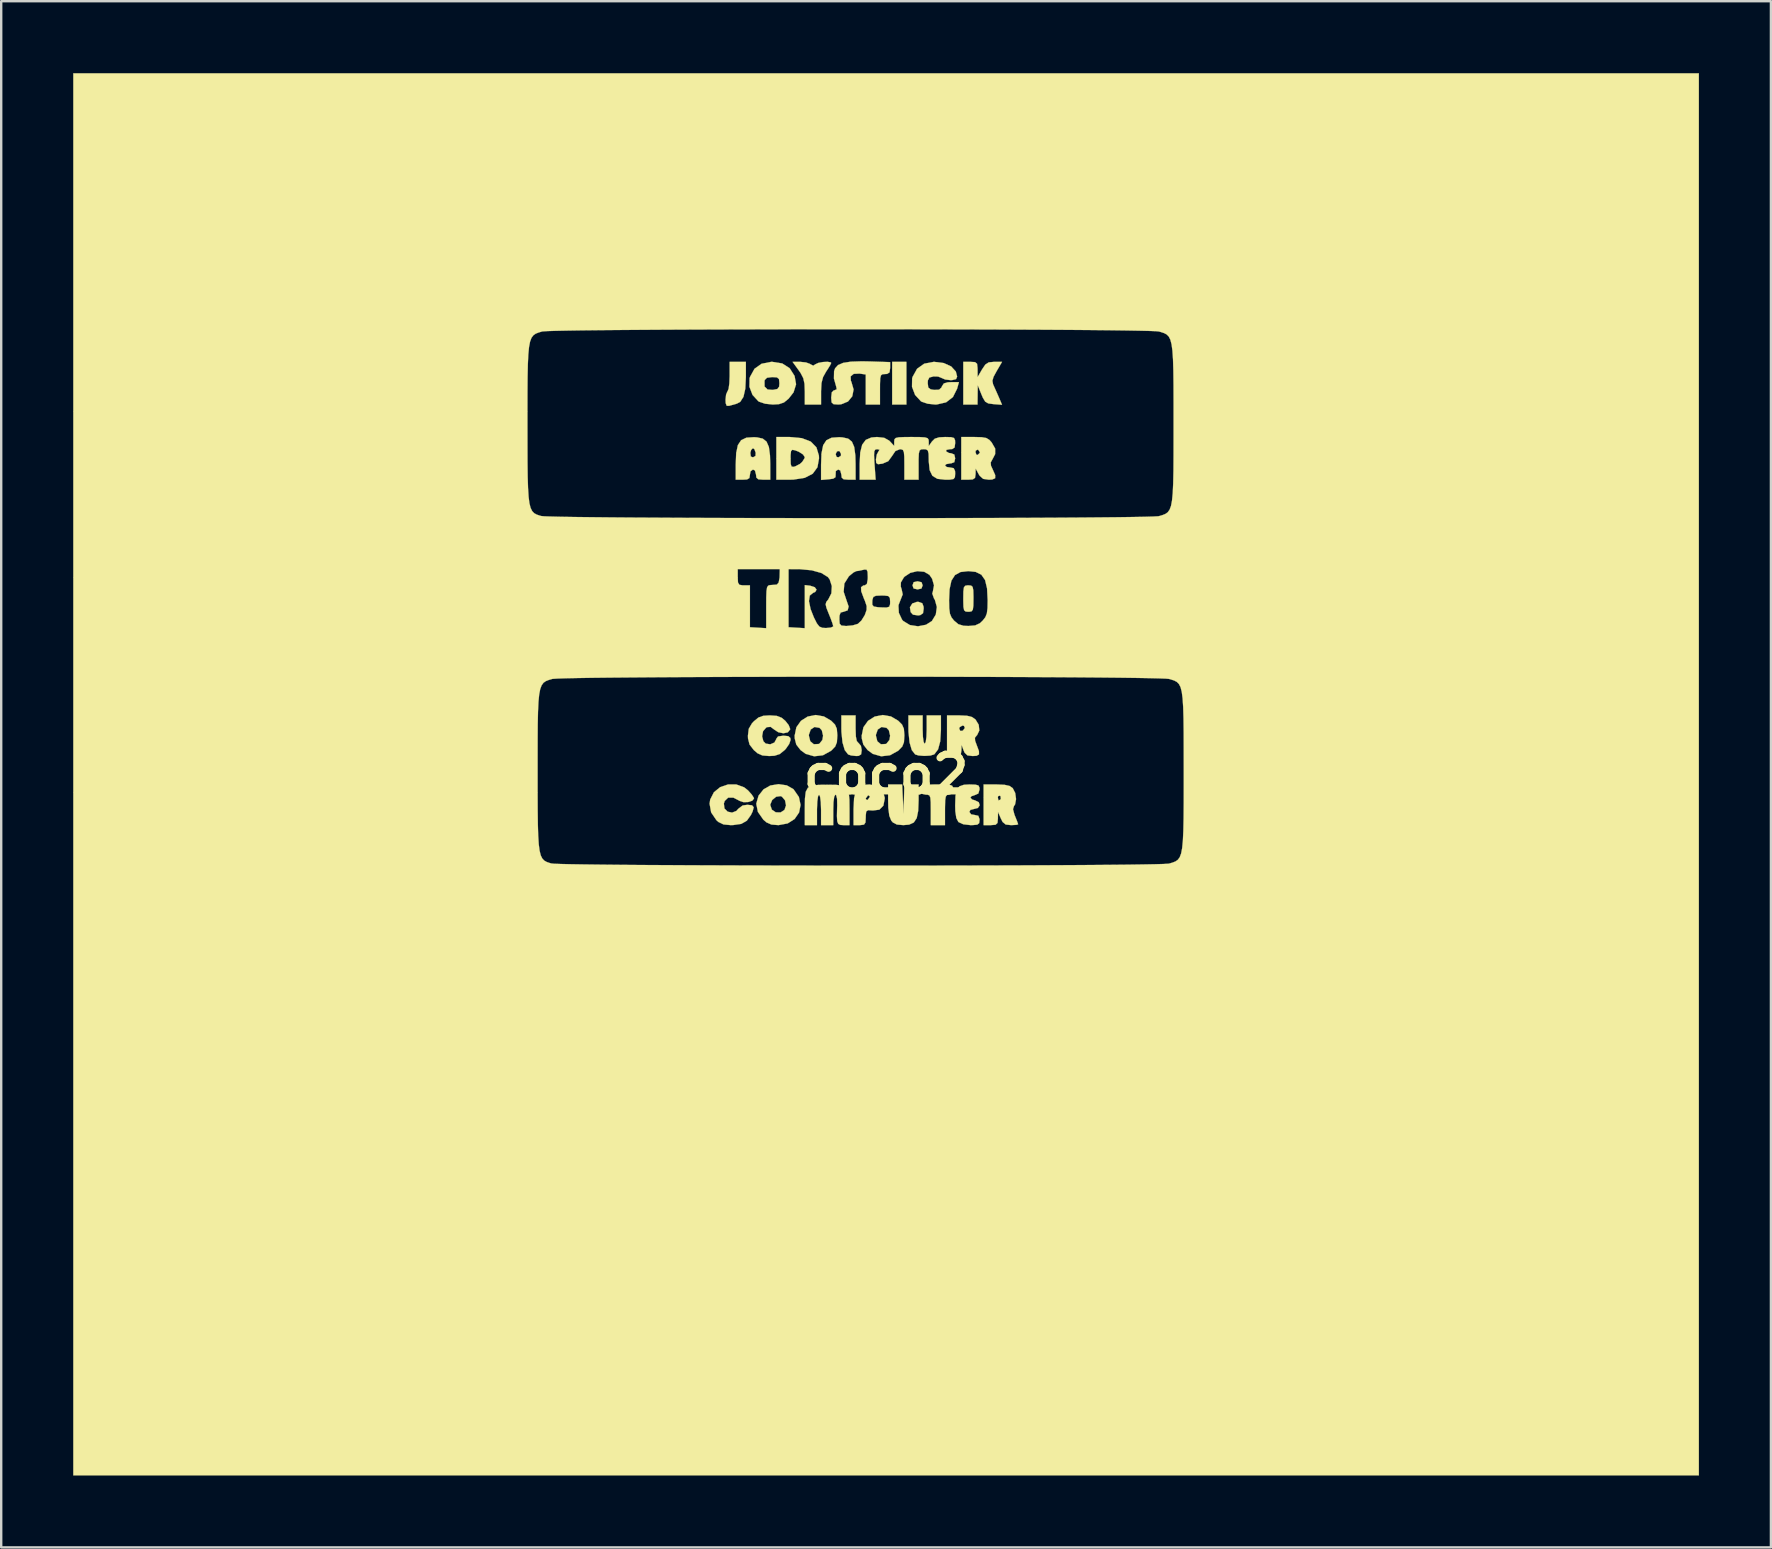
<source format=kicad_pcb>
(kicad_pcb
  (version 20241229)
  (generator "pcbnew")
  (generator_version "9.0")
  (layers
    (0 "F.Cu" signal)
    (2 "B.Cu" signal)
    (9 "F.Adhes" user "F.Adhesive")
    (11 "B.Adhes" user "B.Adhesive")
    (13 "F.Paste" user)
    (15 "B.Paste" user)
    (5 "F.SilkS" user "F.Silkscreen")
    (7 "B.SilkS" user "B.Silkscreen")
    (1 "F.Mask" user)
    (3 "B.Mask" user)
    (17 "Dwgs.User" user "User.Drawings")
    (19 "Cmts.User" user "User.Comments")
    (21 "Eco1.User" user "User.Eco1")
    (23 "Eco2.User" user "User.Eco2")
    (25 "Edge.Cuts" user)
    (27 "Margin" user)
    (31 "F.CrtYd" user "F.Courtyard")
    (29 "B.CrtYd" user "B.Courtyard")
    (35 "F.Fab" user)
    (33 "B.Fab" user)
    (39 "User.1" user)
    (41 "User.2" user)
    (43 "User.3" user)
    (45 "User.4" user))
  (footprint "coco2"
    (layer "F.Cu")
    (at 33.872 29.215)
    (property "Reference" "coco2" (at 0 0 0) (layer "F.SilkS") (effects (font (size 1.524 1.524) (thickness 0.3))))
    (attr through_hole)
    (fp_poly (pts (xy 0.847 -15.409) (xy 0.254 -15.409) (xy 0.254 -17.187) (xy 0.847 -17.187) (xy 0.847 -15.409)) (stroke (width 0.01) (type solid)) (fill yes) (layer "F.SilkS"))
    (fp_poly (pts (xy 1.478 -8.004) (xy 1.524 -7.874) (xy 1.474 -7.741) (xy 1.312 -7.705) (xy 1.146 -7.744) (xy 1.101 -7.874) (xy 1.15 -8.007) (xy 1.312 -8.043) (xy 1.478 -8.004)) (stroke (width 0.01) (type solid)) (fill yes) (layer "F.SilkS"))
    (fp_poly (pts (xy 1.359 -7.184) (xy 1.51 -7.127) (xy 1.563 -6.982) (xy 1.566 -6.9) (xy 1.54 -6.714) (xy 1.431 -6.636) (xy 1.339 -6.62) (xy 1.122 -6.652) (xy 1.025 -6.757) (xy 0.993 -6.958) (xy 1.092 -7.118) (xy 1.287 -7.187) (xy 1.359 -7.184)) (stroke (width 0.01) (type solid)) (fill yes) (layer "F.SilkS"))
    (fp_poly (pts (xy -1.27 -1.902) (xy -1.259 -1.575) (xy -1.22 -1.386) (xy -1.148 -1.303) (xy -1.143 -1.301) (xy -1.048 -1.186) (xy -1.016 -1.007) (xy -1.04 -0.831) (xy -1.144 -0.768) (xy -1.249 -0.763) (xy -1.459 -0.786) (xy -1.582 -0.829) (xy -1.722 -1.008) (xy -1.816 -1.329) (xy -1.86 -1.768) (xy -1.863 -1.911) (xy -1.863 -2.455) (xy -1.27 -2.455) (xy -1.27 -1.902)) (stroke (width 0.01) (type solid)) (fill yes) (layer "F.SilkS"))
    (fp_poly (pts (xy -5.842 -16.556) (xy -5.866 -16.068) (xy -5.943 -15.728) (xy -6.076 -15.522) (xy -6.215 -15.447) (xy -6.434 -15.384) (xy -6.54 -15.355) (xy -6.641 -15.357) (xy -6.683 -15.467) (xy -6.689 -15.61) (xy -6.667 -15.823) (xy -6.613 -15.953) (xy -6.604 -15.96) (xy -6.562 -16.065) (xy -6.531 -16.291) (xy -6.519 -16.59) (xy -6.519 -16.6) (xy -6.519 -17.187) (xy -5.842 -17.187) (xy -5.842 -16.556)) (stroke (width 0.01) (type solid)) (fill yes) (layer "F.SilkS"))
    (fp_poly (pts (xy 0.699 1.037) (xy 0.728 1.651) (xy 0.745 1.037) (xy 0.762 0.423) (xy 1.355 0.423) (xy 1.355 1.082) (xy 1.338 1.524) (xy 1.277 1.824) (xy 1.156 2.007) (xy 0.962 2.096) (xy 0.72 2.117) (xy 0.45 2.093) (xy 0.283 2.006) (xy 0.216 1.928) (xy 0.135 1.728) (xy 0.093 1.4) (xy 0.085 1.082) (xy 0.085 0.423) (xy 0.67 0.423) (xy 0.699 1.037)) (stroke (width 0.01) (type solid)) (fill yes) (layer "F.SilkS"))
    (fp_poly (pts (xy 3.543 -7.864) (xy 3.606 -7.81) (xy 3.634 -7.672) (xy 3.641 -7.414) (xy 3.641 -7.324) (xy 3.637 -7.028) (xy 3.616 -6.863) (xy 3.563 -6.791) (xy 3.464 -6.774) (xy 3.429 -6.773) (xy 3.315 -6.783) (xy 3.252 -6.837) (xy 3.224 -6.975) (xy 3.217 -7.234) (xy 3.217 -7.324) (xy 3.221 -7.62) (xy 3.242 -7.784) (xy 3.295 -7.856) (xy 3.394 -7.874) (xy 3.429 -7.874) (xy 3.543 -7.864)) (stroke (width 0.01) (type solid)) (fill yes) (layer "F.SilkS"))
    (fp_poly (pts (xy -2.307 -17.167) (xy -2.286 -17.141) (xy -2.329 -17.048) (xy -2.439 -16.87) (xy -2.498 -16.782) (xy -2.626 -16.552) (xy -2.691 -16.304) (xy -2.709 -15.966) (xy -2.709 -15.94) (xy -2.709 -15.409) (xy -3.387 -15.409) (xy -3.387 -15.947) (xy -3.399 -16.274) (xy -3.45 -16.507) (xy -3.56 -16.719) (xy -3.641 -16.836) (xy -3.896 -17.187) (xy -3.573 -17.187) (xy -3.336 -17.162) (xy -3.167 -17.1) (xy -3.15 -17.086) (xy -3.034 -17.028) (xy -2.946 -17.086) (xy -2.824 -17.143) (xy -2.632 -17.18) (xy -2.438 -17.189) (xy -2.307 -17.167)) (stroke (width 0.01) (type solid)) (fill yes) (layer "F.SilkS"))
    (fp_poly (pts (xy 1.524 -1.863) (xy 1.535 -1.559) (xy 1.565 -1.349) (xy 1.609 -1.27) (xy 1.609 -1.27) (xy 1.652 -1.348) (xy 1.682 -1.558) (xy 1.693 -1.862) (xy 1.693 -1.863) (xy 1.693 -2.455) (xy 2.286 -2.455) (xy 2.286 -1.857) (xy 2.257 -1.375) (xy 2.167 -1.039) (xy 2.014 -0.838) (xy 1.998 -0.827) (xy 1.835 -0.78) (xy 1.591 -0.767) (xy 1.351 -0.786) (xy 1.212 -0.829) (xy 1.072 -1.008) (xy 0.978 -1.329) (xy 0.934 -1.768) (xy 0.931 -1.911) (xy 0.931 -2.455) (xy 1.524 -2.455) (xy 1.524 -1.863)) (stroke (width 0.01) (type solid)) (fill yes) (layer "F.SilkS"))
    (fp_poly (pts (xy 2.453 0.426) (xy 2.654 0.44) (xy 2.755 0.476) (xy 2.79 0.546) (xy 2.794 0.635) (xy 2.754 0.801) (xy 2.625 0.847) (xy 2.538 0.862) (xy 2.487 0.93) (xy 2.463 1.087) (xy 2.456 1.367) (xy 2.455 1.482) (xy 2.455 2.117) (xy 1.863 2.117) (xy 1.863 1.482) (xy 1.86 1.159) (xy 1.844 0.969) (xy 1.803 0.878) (xy 1.725 0.849) (xy 1.651 0.847) (xy 1.49 0.812) (xy 1.44 0.674) (xy 1.439 0.635) (xy 1.447 0.53) (xy 1.491 0.467) (xy 1.608 0.436) (xy 1.831 0.425) (xy 2.117 0.423) (xy 2.453 0.426)) (stroke (width 0.01) (type solid)) (fill yes) (layer "F.SilkS"))
    (fp_poly (pts (xy 3.708 -17.176) (xy 3.791 -17.107) (xy 3.811 -16.931) (xy 3.812 -16.87) (xy 3.814 -16.552) (xy 3.998 -16.87) (xy 4.136 -17.074) (xy 4.278 -17.166) (xy 4.493 -17.187) (xy 4.508 -17.187) (xy 4.833 -17.187) (xy 4.607 -16.801) (xy 4.477 -16.561) (xy 4.431 -16.399) (xy 4.457 -16.256) (xy 4.487 -16.187) (xy 4.597 -15.943) (xy 4.713 -15.679) (xy 4.832 -15.399) (xy 4.48 -15.425) (xy 4.261 -15.454) (xy 4.131 -15.529) (xy 4.032 -15.694) (xy 3.973 -15.833) (xy 3.819 -16.214) (xy 3.815 -15.812) (xy 3.81 -15.409) (xy 3.217 -15.409) (xy 3.217 -17.187) (xy 3.514 -17.187) (xy 3.708 -17.176)) (stroke (width 0.01) (type solid)) (fill yes) (layer "F.SilkS"))
    (fp_poly (pts (xy -3.508 -14.007) (xy -3.138 -13.865) (xy -2.902 -13.624) (xy -2.799 -13.283) (xy -2.794 -13.166) (xy -2.859 -12.796) (xy -3.056 -12.526) (xy -3.387 -12.355) (xy -3.856 -12.281) (xy -4.017 -12.277) (xy -4.572 -12.277) (xy -4.572 -13.166) (xy -3.979 -13.166) (xy -3.973 -12.929) (xy -3.939 -12.824) (xy -3.856 -12.812) (xy -3.789 -12.83) (xy -3.589 -12.933) (xy -3.493 -13.021) (xy -3.405 -13.158) (xy -3.387 -13.214) (xy -3.46 -13.327) (xy -3.644 -13.444) (xy -3.789 -13.5) (xy -3.905 -13.522) (xy -3.96 -13.469) (xy -3.978 -13.304) (xy -3.979 -13.166) (xy -4.572 -13.166) (xy -4.572 -14.055) (xy -4.017 -14.055) (xy -3.508 -14.007)) (stroke (width 0.01) (type solid)) (fill yes) (layer "F.SilkS"))
    (fp_poly (pts (xy -4.139 0.46) (xy -3.863 0.617) (xy -3.852 0.628) (xy -3.633 0.944) (xy -3.563 1.277) (xy -3.626 1.593) (xy -3.81 1.861) (xy -4.099 2.046) (xy -4.481 2.117) (xy -4.488 2.117) (xy -4.779 2.093) (xy -4.985 2.002) (xy -5.113 1.892) (xy -5.342 1.565) (xy -5.398 1.281) (xy -4.826 1.281) (xy -4.758 1.475) (xy -4.594 1.584) (xy -4.394 1.588) (xy -4.234 1.483) (xy -4.169 1.294) (xy -4.21 1.086) (xy -4.337 0.934) (xy -4.397 0.908) (xy -4.582 0.935) (xy -4.746 1.071) (xy -4.825 1.26) (xy -4.826 1.281) (xy -5.398 1.281) (xy -5.409 1.224) (xy -5.314 0.889) (xy -5.107 0.628) (xy -4.824 0.466) (xy -4.48 0.41) (xy -4.139 0.46)) (stroke (width 0.01) (type solid)) (fill yes) (layer "F.SilkS"))
    (fp_poly (pts (xy -0.366 0.489) (xy -0.149 0.675) (xy -0.058 0.963) (xy -0.056 1.013) (xy -0.113 1.306) (xy -0.279 1.473) (xy -0.551 1.508) (xy -0.567 1.506) (xy -0.749 1.495) (xy -0.828 1.55) (xy -0.846 1.717) (xy -0.847 1.795) (xy -0.858 2.005) (xy -0.919 2.096) (xy -1.067 2.116) (xy -1.101 2.117) (xy -1.355 2.117) (xy -1.355 1.439) (xy -1.335 1.026) (xy -0.847 1.026) (xy -0.795 1.072) (xy -0.762 1.058) (xy -0.68 0.946) (xy -0.677 0.921) (xy -0.729 0.875) (xy -0.762 0.889) (xy -0.844 1.001) (xy -0.847 1.026) (xy -1.335 1.026) (xy -1.334 0.999) (xy -1.261 0.701) (xy -1.121 0.522) (xy -0.899 0.438) (xy -0.69 0.423) (xy -0.366 0.489)) (stroke (width 0.01) (type solid)) (fill yes) (layer "F.SilkS"))
    (fp_poly (pts (xy -4.328 -17.121) (xy -4.017 -16.922) (xy -3.812 -16.599) (xy -3.75 -16.252) (xy -3.855 -15.916) (xy -4.062 -15.652) (xy -4.254 -15.495) (xy -4.463 -15.424) (xy -4.716 -15.409) (xy -5.04 -15.442) (xy -5.292 -15.527) (xy -5.324 -15.547) (xy -5.565 -15.809) (xy -5.694 -16.147) (xy -5.689 -16.399) (xy -5.065 -16.399) (xy -5.063 -16.159) (xy -4.938 -16.035) (xy -4.721 -16.018) (xy -4.53 -16.056) (xy -4.456 -16.154) (xy -4.445 -16.298) (xy -4.462 -16.469) (xy -4.546 -16.539) (xy -4.74 -16.552) (xy -4.961 -16.525) (xy -5.057 -16.43) (xy -5.065 -16.399) (xy -5.689 -16.399) (xy -5.688 -16.498) (xy -5.671 -16.558) (xy -5.483 -16.899) (xy -5.188 -17.108) (xy -4.786 -17.187) (xy -4.741 -17.187) (xy -4.328 -17.121)) (stroke (width 0.01) (type solid)) (fill yes) (layer "F.SilkS"))
    (fp_poly (pts (xy -2.593 -2.412) (xy -2.292 -2.236) (xy -2.128 -2.072) (xy -2.052 -1.897) (xy -2.032 -1.636) (xy -2.032 -1.609) (xy -2.049 -1.337) (xy -2.119 -1.158) (xy -2.275 -0.996) (xy -2.292 -0.981) (xy -2.63 -0.794) (xy -2.996 -0.751) (xy -3.347 -0.851) (xy -3.563 -1.009) (xy -3.741 -1.238) (xy -3.806 -1.494) (xy -3.81 -1.609) (xy -3.217 -1.609) (xy -3.159 -1.378) (xy -3.01 -1.253) (xy -2.809 -1.264) (xy -2.775 -1.28) (xy -2.655 -1.432) (xy -2.625 -1.609) (xy -2.678 -1.835) (xy -2.775 -1.937) (xy -2.98 -1.972) (xy -3.14 -1.867) (xy -3.216 -1.651) (xy -3.217 -1.609) (xy -3.81 -1.609) (xy -3.738 -1.96) (xy -3.545 -2.23) (xy -3.267 -2.406) (xy -2.937 -2.471) (xy -2.593 -2.412)) (stroke (width 0.01) (type solid)) (fill yes) (layer "F.SilkS"))
    (fp_poly (pts (xy -1.814 -14.039) (xy -1.582 -13.988) (xy -1.424 -13.862) (xy -1.327 -13.638) (xy -1.281 -13.29) (xy -1.271 -12.933) (xy -1.27 -12.277) (xy -1.566 -12.277) (xy -1.767 -12.292) (xy -1.849 -12.364) (xy -1.863 -12.488) (xy -1.908 -12.66) (xy -1.995 -12.7) (xy -2.095 -12.636) (xy -2.101 -12.509) (xy -2.107 -12.382) (xy -2.2 -12.319) (xy -2.392 -12.293) (xy -2.709 -12.266) (xy -2.709 -12.903) (xy -2.692 -13.339) (xy -2.102 -13.339) (xy -2.061 -13.227) (xy -1.99 -13.208) (xy -1.883 -13.269) (xy -1.879 -13.356) (xy -1.949 -13.475) (xy -2.046 -13.455) (xy -2.102 -13.339) (xy -2.692 -13.339) (xy -2.69 -13.381) (xy -2.621 -13.714) (xy -2.485 -13.922) (xy -2.268 -14.026) (xy -1.951 -14.048) (xy -1.814 -14.039)) (stroke (width 0.01) (type solid)) (fill yes) (layer "F.SilkS"))
    (fp_poly (pts (xy 0.201 -2.412) (xy 0.502 -2.236) (xy 0.666 -2.072) (xy 0.742 -1.897) (xy 0.762 -1.636) (xy 0.762 -1.609) (xy 0.745 -1.337) (xy 0.675 -1.158) (xy 0.519 -0.996) (xy 0.502 -0.981) (xy 0.164 -0.794) (xy -0.202 -0.751) (xy -0.553 -0.851) (xy -0.769 -1.009) (xy -0.947 -1.238) (xy -1.012 -1.494) (xy -1.016 -1.609) (xy -0.423 -1.609) (xy -0.365 -1.378) (xy -0.216 -1.253) (xy -0.015 -1.264) (xy 0.019 -1.28) (xy 0.139 -1.432) (xy 0.169 -1.609) (xy 0.116 -1.835) (xy 0.019 -1.937) (xy -0.186 -1.972) (xy -0.346 -1.867) (xy -0.422 -1.651) (xy -0.423 -1.609) (xy -1.016 -1.609) (xy -0.944 -1.96) (xy -0.751 -2.23) (xy -0.473 -2.406) (xy -0.143 -2.471) (xy 0.201 -2.412)) (stroke (width 0.01) (type solid)) (fill yes) (layer "F.SilkS"))
    (fp_poly (pts (xy 3.373 -2.44) (xy 3.583 -2.386) (xy 3.725 -2.286) (xy 3.861 -2.064) (xy 3.885 -1.824) (xy 3.791 -1.629) (xy 3.774 -1.614) (xy 3.702 -1.524) (xy 3.71 -1.398) (xy 3.774 -1.225) (xy 3.869 -0.969) (xy 3.872 -0.83) (xy 3.772 -0.772) (xy 3.605 -0.762) (xy 3.391 -0.788) (xy 3.275 -0.896) (xy 3.231 -0.995) (xy 3.146 -1.228) (xy 3.139 -0.995) (xy 3.115 -0.838) (xy 3.02 -0.773) (xy 2.836 -0.762) (xy 2.54 -0.762) (xy 2.54 -1.898) (xy 3.048 -1.898) (xy 3.097 -1.805) (xy 3.199 -1.82) (xy 3.283 -1.931) (xy 3.246 -2.018) (xy 3.182 -2.032) (xy 3.065 -1.964) (xy 3.048 -1.898) (xy 2.54 -1.898) (xy 2.54 -2.455) (xy 3.048 -2.455) (xy 3.373 -2.44)) (stroke (width 0.01) (type solid)) (fill yes) (layer "F.SilkS"))
    (fp_poly (pts (xy -5.37 -14.039) (xy -5.138 -13.988) (xy -4.98 -13.862) (xy -4.883 -13.638) (xy -4.837 -13.29) (xy -4.827 -12.933) (xy -4.826 -12.277) (xy -5.122 -12.277) (xy -5.323 -12.292) (xy -5.405 -12.364) (xy -5.419 -12.488) (xy -5.463 -12.659) (xy -5.546 -12.7) (xy -5.648 -12.626) (xy -5.673 -12.488) (xy -5.695 -12.345) (xy -5.794 -12.287) (xy -5.969 -12.277) (xy -6.265 -12.277) (xy -6.265 -12.908) (xy -6.246 -13.385) (xy -6.243 -13.399) (xy -5.657 -13.399) (xy -5.637 -13.243) (xy -5.546 -13.208) (xy -5.441 -13.266) (xy -5.434 -13.399) (xy -5.487 -13.547) (xy -5.546 -13.589) (xy -5.622 -13.517) (xy -5.657 -13.399) (xy -6.243 -13.399) (xy -6.176 -13.717) (xy -6.039 -13.924) (xy -5.82 -14.027) (xy -5.501 -14.048) (xy -5.37 -14.039)) (stroke (width 0.01) (type solid)) (fill yes) (layer "F.SilkS"))
    (fp_poly (pts (xy 3.725 0.431) (xy 3.849 0.466) (xy 3.891 0.552) (xy 3.895 0.629) (xy 3.845 0.801) (xy 3.704 0.862) (xy 3.555 0.915) (xy 3.514 0.974) (xy 3.586 1.05) (xy 3.704 1.085) (xy 3.863 1.163) (xy 3.902 1.29) (xy 3.826 1.402) (xy 3.683 1.439) (xy 3.513 1.483) (xy 3.471 1.566) (xy 3.545 1.668) (xy 3.683 1.693) (xy 3.844 1.728) (xy 3.894 1.866) (xy 3.895 1.905) (xy 3.879 2.036) (xy 3.8 2.098) (xy 3.612 2.116) (xy 3.52 2.117) (xy 3.22 2.083) (xy 3.021 1.992) (xy 3.012 1.984) (xy 2.927 1.822) (xy 2.885 1.536) (xy 2.879 1.301) (xy 2.892 0.904) (xy 2.944 0.647) (xy 3.055 0.501) (xy 3.245 0.436) (xy 3.474 0.423) (xy 3.725 0.431)) (stroke (width 0.01) (type solid)) (fill yes) (layer "F.SilkS"))
    (fp_poly (pts (xy 3.984 -14.047) (xy 4.174 -14.014) (xy 4.302 -13.937) (xy 4.397 -13.832) (xy 4.546 -13.574) (xy 4.545 -13.342) (xy 4.442 -13.144) (xy 4.361 -12.997) (xy 4.371 -12.86) (xy 4.442 -12.706) (xy 4.548 -12.467) (xy 4.544 -12.336) (xy 4.42 -12.283) (xy 4.278 -12.277) (xy 4.047 -12.31) (xy 3.902 -12.437) (xy 3.858 -12.509) (xy 3.732 -12.742) (xy 3.729 -12.509) (xy 3.707 -12.353) (xy 3.614 -12.288) (xy 3.429 -12.277) (xy 3.133 -12.277) (xy 3.133 -13.42) (xy 3.725 -13.42) (xy 3.768 -13.314) (xy 3.816 -13.309) (xy 3.904 -13.396) (xy 3.907 -13.42) (xy 3.841 -13.519) (xy 3.816 -13.53) (xy 3.739 -13.49) (xy 3.725 -13.42) (xy 3.133 -13.42) (xy 3.133 -14.055) (xy 3.677 -14.055) (xy 3.984 -14.047)) (stroke (width 0.01) (type solid)) (fill yes) (layer "F.SilkS"))
    (fp_poly (pts (xy -5.913 0.543) (xy -5.751 0.671) (xy -5.595 0.846) (xy -5.509 0.982) (xy -5.503 1.008) (xy -5.575 1.099) (xy -5.745 1.155) (xy -5.942 1.161) (xy -6.088 1.113) (xy -6.361 0.972) (xy -6.58 0.972) (xy -6.724 1.11) (xy -6.759 1.22) (xy -6.734 1.424) (xy -6.601 1.556) (xy -6.417 1.596) (xy -6.235 1.524) (xy -6.161 1.439) (xy -5.976 1.298) (xy -5.779 1.27) (xy -5.584 1.291) (xy -5.515 1.374) (xy -5.56 1.548) (xy -5.631 1.695) (xy -5.802 1.933) (xy -6.036 2.066) (xy -6.375 2.115) (xy -6.475 2.117) (xy -6.774 2.089) (xy -6.985 1.987) (xy -7.07 1.912) (xy -7.289 1.588) (xy -7.355 1.225) (xy -7.329 1.051) (xy -7.175 0.748) (xy -6.914 0.535) (xy -6.589 0.424) (xy -6.241 0.423) (xy -5.913 0.543)) (stroke (width 0.01) (type solid)) (fill yes) (layer "F.SilkS"))
    (fp_poly (pts (xy 4.934 0.437) (xy 5.144 0.484) (xy 5.276 0.575) (xy 5.279 0.578) (xy 5.382 0.78) (xy 5.416 1.032) (xy 5.376 1.254) (xy 5.328 1.327) (xy 5.289 1.454) (xy 5.349 1.68) (xy 5.371 1.735) (xy 5.454 1.941) (xy 5.5 2.07) (xy 5.503 2.085) (xy 5.429 2.106) (xy 5.245 2.116) (xy 5.203 2.117) (xy 4.984 2.092) (xy 4.856 1.986) (xy 4.783 1.841) (xy 4.663 1.566) (xy 4.66 1.841) (xy 4.643 2.026) (xy 4.563 2.102) (xy 4.367 2.117) (xy 4.36 2.117) (xy 4.064 2.117) (xy 4.064 0.969) (xy 4.657 0.969) (xy 4.685 1.091) (xy 4.758 1.054) (xy 4.78 1.022) (xy 4.769 0.913) (xy 4.743 0.89) (xy 4.669 0.908) (xy 4.657 0.969) (xy 4.064 0.969) (xy 4.064 0.423) (xy 4.601 0.423) (xy 4.934 0.437)) (stroke (width 0.01) (type solid)) (fill yes) (layer "F.SilkS"))
    (fp_poly (pts (xy -2.06 0.441) (xy -1.796 0.478) (xy -1.637 0.574) (xy -1.557 0.758) (xy -1.528 1.058) (xy -1.524 1.434) (xy -1.524 2.117) (xy -1.778 2.117) (xy -1.91 2.109) (xy -1.993 2.065) (xy -2.036 1.953) (xy -2.048 1.742) (xy -2.04 1.402) (xy -2.036 1.291) (xy -2.042 1.017) (xy -2.081 0.866) (xy -2.11 0.847) (xy -2.16 0.928) (xy -2.192 1.158) (xy -2.201 1.482) (xy -2.201 2.117) (xy -2.709 2.117) (xy -2.709 1.482) (xy -2.72 1.162) (xy -2.748 0.939) (xy -2.79 0.847) (xy -2.794 0.847) (xy -2.837 0.925) (xy -2.866 1.139) (xy -2.879 1.452) (xy -2.879 1.482) (xy -2.879 2.117) (xy -3.387 2.117) (xy -3.387 1.434) (xy -3.381 1.01) (xy -3.347 0.727) (xy -3.257 0.557) (xy -3.085 0.47) (xy -2.805 0.439) (xy -2.455 0.435) (xy -2.06 0.441)) (stroke (width 0.01) (type solid)) (fill yes) (layer "F.SilkS"))
    (fp_poly (pts (xy -0.656 -17.203) (xy 0.169 -17.176) (xy 0.169 -16.928) (xy 0.145 -16.749) (xy 0.044 -16.684) (xy -0.042 -16.679) (xy -0.15 -16.671) (xy -0.213 -16.624) (xy -0.244 -16.501) (xy -0.253 -16.267) (xy -0.254 -16.044) (xy -0.254 -15.409) (xy -0.847 -15.409) (xy -0.847 -16.66) (xy -1.102 -16.698) (xy -1.348 -16.687) (xy -1.476 -16.581) (xy -1.468 -16.4) (xy -1.445 -16.352) (xy -1.354 -16.036) (xy -1.408 -15.752) (xy -1.587 -15.534) (xy -1.869 -15.419) (xy -1.99 -15.409) (xy -2.188 -15.422) (xy -2.27 -15.496) (xy -2.286 -15.683) (xy -2.286 -15.706) (xy -2.261 -15.919) (xy -2.178 -15.999) (xy -2.15 -16.002) (xy -2.057 -16.045) (xy -2.077 -16.15) (xy -2.173 -16.492) (xy -2.167 -16.798) (xy -2.124 -16.92) (xy -2.001 -17.054) (xy -1.789 -17.145) (xy -1.465 -17.195) (xy -1.008 -17.21) (xy -0.656 -17.203)) (stroke (width 0.01) (type solid)) (fill yes) (layer "F.SilkS"))
    (fp_poly (pts (xy 2.404 -17.137) (xy 2.713 -16.996) (xy 2.907 -16.783) (xy 2.961 -16.573) (xy 2.917 -16.467) (xy 2.756 -16.427) (xy 2.684 -16.425) (xy 2.463 -16.451) (xy 2.316 -16.514) (xy 2.313 -16.517) (xy 2.168 -16.575) (xy 1.979 -16.58) (xy 1.804 -16.534) (xy 1.741 -16.411) (xy 1.736 -16.298) (xy 1.758 -16.118) (xy 1.86 -16.041) (xy 2.004 -16.018) (xy 2.208 -16.026) (xy 2.309 -16.12) (xy 2.327 -16.167) (xy 2.406 -16.287) (xy 2.575 -16.336) (xy 2.709 -16.341) (xy 3.036 -16.341) (xy 2.959 -16.066) (xy 2.786 -15.72) (xy 2.501 -15.5) (xy 2.113 -15.411) (xy 2.046 -15.409) (xy 1.733 -15.442) (xy 1.484 -15.526) (xy 1.449 -15.547) (xy 1.208 -15.809) (xy 1.08 -16.147) (xy 1.086 -16.498) (xy 1.103 -16.558) (xy 1.292 -16.899) (xy 1.589 -17.111) (xy 1.986 -17.187) (xy 2.007 -17.187) (xy 2.404 -17.137)) (stroke (width 0.01) (type solid)) (fill yes) (layer "F.SilkS"))
    (fp_poly (pts (xy -4.553 -2.435) (xy -4.351 -2.356) (xy -4.199 -2.229) (xy -4.057 -2.048) (xy -3.997 -1.891) (xy -3.998 -1.869) (xy -4.093 -1.749) (xy -4.277 -1.71) (xy -4.49 -1.753) (xy -4.653 -1.859) (xy -4.811 -1.977) (xy -4.956 -1.966) (xy -4.997 -1.946) (xy -5.127 -1.796) (xy -5.166 -1.583) (xy -5.113 -1.379) (xy -5.014 -1.28) (xy -4.825 -1.25) (xy -4.654 -1.324) (xy -4.573 -1.471) (xy -4.572 -1.486) (xy -4.501 -1.578) (xy -4.282 -1.609) (xy -4.276 -1.609) (xy -4.072 -1.59) (xy -3.99 -1.517) (xy -3.979 -1.433) (xy -4.037 -1.263) (xy -4.179 -1.06) (xy -4.227 -1.009) (xy -4.429 -0.845) (xy -4.647 -0.774) (xy -4.868 -0.762) (xy -5.154 -0.786) (xy -5.359 -0.878) (xy -5.51 -1.009) (xy -5.688 -1.238) (xy -5.753 -1.494) (xy -5.757 -1.609) (xy -5.722 -1.897) (xy -5.588 -2.125) (xy -5.51 -2.208) (xy -5.319 -2.366) (xy -5.116 -2.439) (xy -4.844 -2.455) (xy -4.553 -2.435)) (stroke (width 0.01) (type solid)) (fill yes) (layer "F.SilkS"))
    (fp_poly (pts (xy 2.709 -14.049) (xy 2.832 -14.014) (xy 2.874 -13.923) (xy 2.879 -13.801) (xy 2.856 -13.619) (xy 2.759 -13.553) (xy 2.662 -13.547) (xy 2.518 -13.52) (xy 2.498 -13.462) (xy 2.617 -13.391) (xy 2.714 -13.377) (xy 2.844 -13.325) (xy 2.879 -13.166) (xy 2.844 -13.005) (xy 2.706 -12.955) (xy 2.667 -12.954) (xy 2.508 -12.925) (xy 2.455 -12.869) (xy 2.528 -12.806) (xy 2.667 -12.785) (xy 2.818 -12.757) (xy 2.874 -12.641) (xy 2.879 -12.531) (xy 2.869 -12.38) (xy 2.812 -12.305) (xy 2.662 -12.279) (xy 2.46 -12.277) (xy 2.138 -12.313) (xy 1.93 -12.438) (xy 1.816 -12.674) (xy 1.778 -13.045) (xy 1.778 -13.1) (xy 1.772 -13.36) (xy 1.74 -13.493) (xy 1.664 -13.541) (xy 1.566 -13.547) (xy 1.459 -13.539) (xy 1.396 -13.491) (xy 1.365 -13.368) (xy 1.355 -13.135) (xy 1.355 -12.912) (xy 1.355 -12.277) (xy 0.762 -12.277) (xy 0.762 -12.912) (xy 0.759 -13.235) (xy 0.742 -13.425) (xy 0.701 -13.516) (xy 0.625 -13.543) (xy 0.572 -13.545) (xy 0.388 -13.47) (xy 0.254 -13.271) (xy 0.091 -13.047) (xy -0.148 -12.945) (xy -0.336 -12.921) (xy -0.41 -12.972) (xy -0.423 -13.117) (xy -0.387 -13.325) (xy -0.322 -13.445) (xy -0.273 -13.526) (xy -0.373 -13.547) (xy -0.45 -13.531) (xy -0.491 -13.459) (xy -0.501 -13.297) (xy -0.487 -13.011) (xy -0.48 -12.912) (xy -0.435 -12.277) (xy -1.101 -12.277) (xy -1.101 -12.943) (xy -1.077 -13.41) (xy -0.996 -13.734) (xy -0.846 -13.936) (xy -0.612 -14.035) (xy -0.378 -14.055) (xy -0.077 -14.021) (xy 0.129 -13.906) (xy 0.166 -13.869) (xy 0.339 -13.684) (xy 0.339 -13.869) (xy 0.349 -13.959) (xy 0.402 -14.014) (xy 0.531 -14.043) (xy 0.769 -14.053) (xy 1.058 -14.055) (xy 1.407 -14.052) (xy 1.62 -14.039) (xy 1.731 -14.005) (xy 1.772 -13.944) (xy 1.778 -13.866) (xy 1.778 -13.678) (xy 1.91 -13.866) (xy 2.031 -13.986) (xy 2.212 -14.042) (xy 2.46 -14.055) (xy 2.709 -14.049)) (stroke (width 0.01) (type solid)) (fill yes) (layer "F.SilkS"))
    (fp_poly (pts (xy 33.867 29.21) (xy -33.867 29.21) (xy -33.867 -0.127) (xy -14.52 -0.127) (xy -14.52 0.757) (xy -14.517 1.488) (xy -14.51 2.08) (xy -14.496 2.549) (xy -14.473 2.911) (xy -14.438 3.181) (xy -14.39 3.375) (xy -14.325 3.508) (xy -14.242 3.596) (xy -14.138 3.654) (xy -14.012 3.697) (xy -13.948 3.715) (xy -13.825 3.727) (xy -13.544 3.737) (xy -13.117 3.747) (xy -12.554 3.756) (xy -11.869 3.764) (xy -11.071 3.772) (xy -10.173 3.779) (xy -9.186 3.784) (xy -8.121 3.79) (xy -6.991 3.794) (xy -5.806 3.798) (xy -4.578 3.8) (xy -3.318 3.802) (xy -2.039 3.804) (xy -0.751 3.804) (xy 0.534 3.804) (xy 1.805 3.803) (xy 3.05 3.801) (xy 4.258 3.798) (xy 5.416 3.795) (xy 6.515 3.79) (xy 7.541 3.785) (xy 8.484 3.779) (xy 9.333 3.772) (xy 10.075 3.765) (xy 10.699 3.756) (xy 11.194 3.747) (xy 11.549 3.737) (xy 11.751 3.726) (xy 11.791 3.721) (xy 11.938 3.678) (xy 12.06 3.63) (xy 12.158 3.561) (xy 12.236 3.455) (xy 12.295 3.297) (xy 12.338 3.071) (xy 12.368 2.762) (xy 12.387 2.354) (xy 12.398 1.832) (xy 12.403 1.181) (xy 12.404 0.384) (xy 12.404 -0.127) (xy 12.403 -1.011) (xy 12.401 -1.742) (xy 12.394 -2.334) (xy 12.38 -2.803) (xy 12.356 -3.165) (xy 12.321 -3.435) (xy 12.271 -3.629) (xy 12.203 -3.762) (xy 12.117 -3.849) (xy 12.009 -3.907) (xy 11.876 -3.951) (xy 11.791 -3.975) (xy 11.663 -3.987) (xy 11.377 -3.998) (xy 10.945 -4.008) (xy 10.378 -4.018) (xy 9.688 -4.027) (xy 8.886 -4.035) (xy 7.984 -4.042) (xy 6.994 -4.048) (xy 5.926 -4.053) (xy 4.793 -4.058) (xy 3.605 -4.061) (xy 2.375 -4.064) (xy 1.114 -4.066) (xy -0.166 -4.067) (xy -1.455 -4.067) (xy -2.74 -4.066) (xy -4.01 -4.065) (xy -5.253 -4.062) (xy -6.458 -4.059) (xy -7.614 -4.055) (xy -8.708 -4.05) (xy -9.729 -4.044) (xy -10.667 -4.037) (xy -11.509 -4.03) (xy -12.243 -4.022) (xy -12.859 -4.012) (xy -13.344 -4.002) (xy -13.687 -3.991) (xy -13.877 -3.979) (xy -13.907 -3.975) (xy -14.055 -3.932) (xy -14.176 -3.884) (xy -14.275 -3.815) (xy -14.352 -3.709) (xy -14.412 -3.551) (xy -14.455 -3.325) (xy -14.485 -3.016) (xy -14.504 -2.608) (xy -14.515 -2.086) (xy -14.519 -1.435) (xy -14.52 -0.638) (xy -14.52 -0.127) (xy -33.867 -0.127) (xy -33.867 -8.551) (xy -6.181 -8.551) (xy -6.181 -8.213) (xy -6.171 -7.996) (xy -6.116 -7.899) (xy -5.981 -7.875) (xy -5.927 -7.874) (xy -5.673 -7.874) (xy -5.673 -6.129) (xy -5.334 -6.109) (xy -4.995 -6.089) (xy -4.995 -6.129) (xy -4.064 -6.129) (xy -3.725 -6.109) (xy -3.387 -6.089) (xy -3.387 -7.885) (xy -3.16 -7.858) (xy -2.972 -7.797) (xy -2.897 -7.696) (xy -2.952 -7.599) (xy -3.039 -7.562) (xy -3.179 -7.448) (xy -3.214 -7.217) (xy -3.145 -6.884) (xy -3.009 -6.54) (xy -2.883 -6.289) (xy -2.779 -6.156) (xy -2.653 -6.104) (xy -2.502 -6.096) (xy -2.304 -6.114) (xy -2.204 -6.159) (xy -2.201 -6.169) (xy -2.232 -6.283) (xy -2.302 -6.477) (xy -1.947 -6.477) (xy -1.935 -6.28) (xy -1.862 -6.198) (xy -1.679 -6.181) (xy -1.645 -6.181) (xy -1.389 -6.206) (xy -1.18 -6.268) (xy -1.173 -6.272) (xy -1.026 -6.41) (xy -0.893 -6.626) (xy -0.879 -6.656) (xy -0.812 -6.85) (xy -0.81 -7.013) (xy -0.876 -7.212) (xy -0.575 -7.212) (xy -0.574 -7.065) (xy -0.511 -6.992) (xy -0.344 -6.963) (xy -0.212 -6.955) (xy 0.022 -6.949) (xy 0.133 -6.983) (xy 0.153 -7.044) (xy 0.515 -7.044) (xy 0.532 -6.729) (xy 0.665 -6.446) (xy 0.716 -6.388) (xy 0.993 -6.22) (xy 1.33 -6.168) (xy 1.664 -6.232) (xy 1.909 -6.388) (xy 2.072 -6.656) (xy 2.116 -6.973) (xy 2.038 -7.256) (xy 2.625 -7.256) (xy 2.632 -6.916) (xy 2.661 -6.694) (xy 2.726 -6.539) (xy 2.832 -6.405) (xy 3.013 -6.254) (xy 3.23 -6.19) (xy 3.429 -6.181) (xy 3.712 -6.204) (xy 3.908 -6.295) (xy 4.026 -6.405) (xy 4.136 -6.545) (xy 4.199 -6.702) (xy 4.227 -6.928) (xy 4.233 -7.256) (xy 4.208 -7.747) (xy 4.125 -8.095) (xy 3.97 -8.318) (xy 3.732 -8.435) (xy 3.429 -8.467) (xy 3.102 -8.429) (xy 2.872 -8.303) (xy 2.723 -8.07) (xy 2.645 -7.711) (xy 2.625 -7.256) (xy 2.038 -7.256) (xy 2.034 -7.27) (xy 1.997 -7.327) (xy 1.925 -7.531) (xy 1.952 -7.629) (xy 1.997 -7.875) (xy 1.918 -8.149) (xy 1.806 -8.313) (xy 1.589 -8.44) (xy 1.303 -8.465) (xy 1.01 -8.395) (xy 0.772 -8.238) (xy 0.731 -8.19) (xy 0.617 -7.995) (xy 0.613 -7.821) (xy 0.647 -7.716) (xy 0.693 -7.497) (xy 0.625 -7.324) (xy 0.623 -7.321) (xy 0.515 -7.044) (xy 0.153 -7.044) (xy 0.167 -7.087) (xy 0.169 -7.193) (xy 0.158 -7.354) (xy 0.091 -7.429) (xy -0.076 -7.45) (xy -0.194 -7.451) (xy -0.422 -7.441) (xy -0.531 -7.391) (xy -0.569 -7.271) (xy -0.575 -7.212) (xy -0.876 -7.212) (xy -0.878 -7.219) (xy -0.928 -7.336) (xy -1.035 -7.625) (xy -1.043 -7.796) (xy -0.948 -7.869) (xy -0.884 -7.874) (xy -0.799 -7.935) (xy -0.764 -8.132) (xy -0.762 -8.223) (xy -0.771 -8.441) (xy -0.814 -8.53) (xy -0.916 -8.529) (xy -0.953 -8.52) (xy -1.143 -8.479) (xy -1.237 -8.468) (xy -1.355 -8.412) (xy -1.522 -8.275) (xy -1.555 -8.243) (xy -1.739 -7.95) (xy -1.767 -7.605) (xy -1.647 -7.245) (xy -1.56 -6.992) (xy -1.602 -6.831) (xy -1.772 -6.773) (xy -1.775 -6.773) (xy -1.894 -6.741) (xy -1.941 -6.614) (xy -1.947 -6.477) (xy -2.302 -6.477) (xy -2.31 -6.498) (xy -2.383 -6.679) (xy -2.483 -6.931) (xy -2.518 -7.081) (xy -2.491 -7.183) (xy -2.408 -7.287) (xy -2.279 -7.541) (xy -2.261 -7.844) (xy -2.351 -8.124) (xy -2.426 -8.221) (xy -2.696 -8.389) (xy -3.097 -8.501) (xy -3.597 -8.548) (xy -3.662 -8.549) (xy -4.064 -8.551) (xy -4.064 -6.129) (xy -4.995 -6.129) (xy -4.995 -6.982) (xy -4.993 -7.379) (xy -4.983 -7.638) (xy -4.959 -7.788) (xy -4.915 -7.86) (xy -4.846 -7.883) (xy -4.826 -7.885) (xy -4.63 -7.899) (xy -4.551 -7.906) (xy -4.476 -7.991) (xy -4.438 -8.197) (xy -4.436 -8.234) (xy -4.428 -8.551) (xy -6.181 -8.551) (xy -33.867 -8.551) (xy -33.867 -14.605) (xy -14.944 -14.605) (xy -14.943 -13.721) (xy -14.941 -12.99) (xy -14.934 -12.398) (xy -14.919 -11.929) (xy -14.896 -11.567) (xy -14.862 -11.297) (xy -14.813 -11.103) (xy -14.748 -10.97) (xy -14.665 -10.882) (xy -14.562 -10.824) (xy -14.435 -10.781) (xy -14.372 -10.763) (xy -14.248 -10.751) (xy -13.967 -10.741) (xy -13.54 -10.731) (xy -12.978 -10.722) (xy -12.292 -10.714) (xy -11.494 -10.706) (xy -10.596 -10.699) (xy -9.609 -10.694) (xy -8.545 -10.688) (xy -7.414 -10.684) (xy -6.229 -10.68) (xy -5.001 -10.678) (xy -3.742 -10.676) (xy -2.462 -10.674) (xy -1.174 -10.674) (xy 0.111 -10.674) (xy 1.382 -10.675) (xy 2.627 -10.677) (xy 3.834 -10.68) (xy 4.993 -10.683) (xy 6.091 -10.688) (xy 7.118 -10.693) (xy 8.061 -10.699) (xy 8.909 -10.706) (xy 9.651 -10.713) (xy 10.276 -10.722) (xy 10.771 -10.731) (xy 11.125 -10.741) (xy 11.328 -10.752) (xy 11.367 -10.757) (xy 11.515 -10.8) (xy 11.636 -10.848) (xy 11.735 -10.917) (xy 11.812 -11.023) (xy 11.872 -11.181) (xy 11.915 -11.407) (xy 11.945 -11.716) (xy 11.964 -12.124) (xy 11.975 -12.646) (xy 11.979 -13.297) (xy 11.98 -14.094) (xy 11.98 -14.605) (xy 11.98 -15.489) (xy 11.978 -16.22) (xy 11.971 -16.812) (xy 11.957 -17.281) (xy 11.933 -17.643) (xy 11.897 -17.913) (xy 11.847 -18.107) (xy 11.78 -18.24) (xy 11.694 -18.327) (xy 11.585 -18.385) (xy 11.452 -18.429) (xy 11.367 -18.453) (xy 11.239 -18.465) (xy 10.954 -18.476) (xy 10.521 -18.486) (xy 9.955 -18.496) (xy 9.265 -18.505) (xy 8.463 -18.513) (xy 7.561 -18.52) (xy 6.57 -18.526) (xy 5.503 -18.531) (xy 4.369 -18.536) (xy 3.182 -18.539) (xy 1.952 -18.542) (xy 0.691 -18.544) (xy -0.59 -18.545) (xy -1.878 -18.545) (xy -3.163 -18.544) (xy -4.433 -18.543) (xy -5.676 -18.54) (xy -6.881 -18.537) (xy -8.037 -18.533) (xy -9.131 -18.528) (xy -10.153 -18.522) (xy -11.09 -18.515) (xy -11.932 -18.508) (xy -12.666 -18.5) (xy -13.282 -18.49) (xy -13.767 -18.48) (xy -14.111 -18.469) (xy -14.301 -18.457) (xy -14.331 -18.453) (xy -14.478 -18.41) (xy -14.6 -18.362) (xy -14.698 -18.293) (xy -14.776 -18.187) (xy -14.835 -18.029) (xy -14.878 -17.803) (xy -14.908 -17.494) (xy -14.927 -17.086) (xy -14.938 -16.564) (xy -14.943 -15.913) (xy -14.944 -15.116) (xy -14.944 -14.605) (xy -33.867 -14.605) (xy -33.867 -29.21) (xy 33.867 -29.21) (xy 33.867 29.21)) (stroke (width 0.01) (type solid)) (fill yes) (layer "F.SilkS")))
  (gr_rect
    (start -3 -3)
    (end 70.743 61.43)
    (stroke (width 0.1) (type default))
    (fill no)
    (layer "Edge.Cuts")))
</source>
